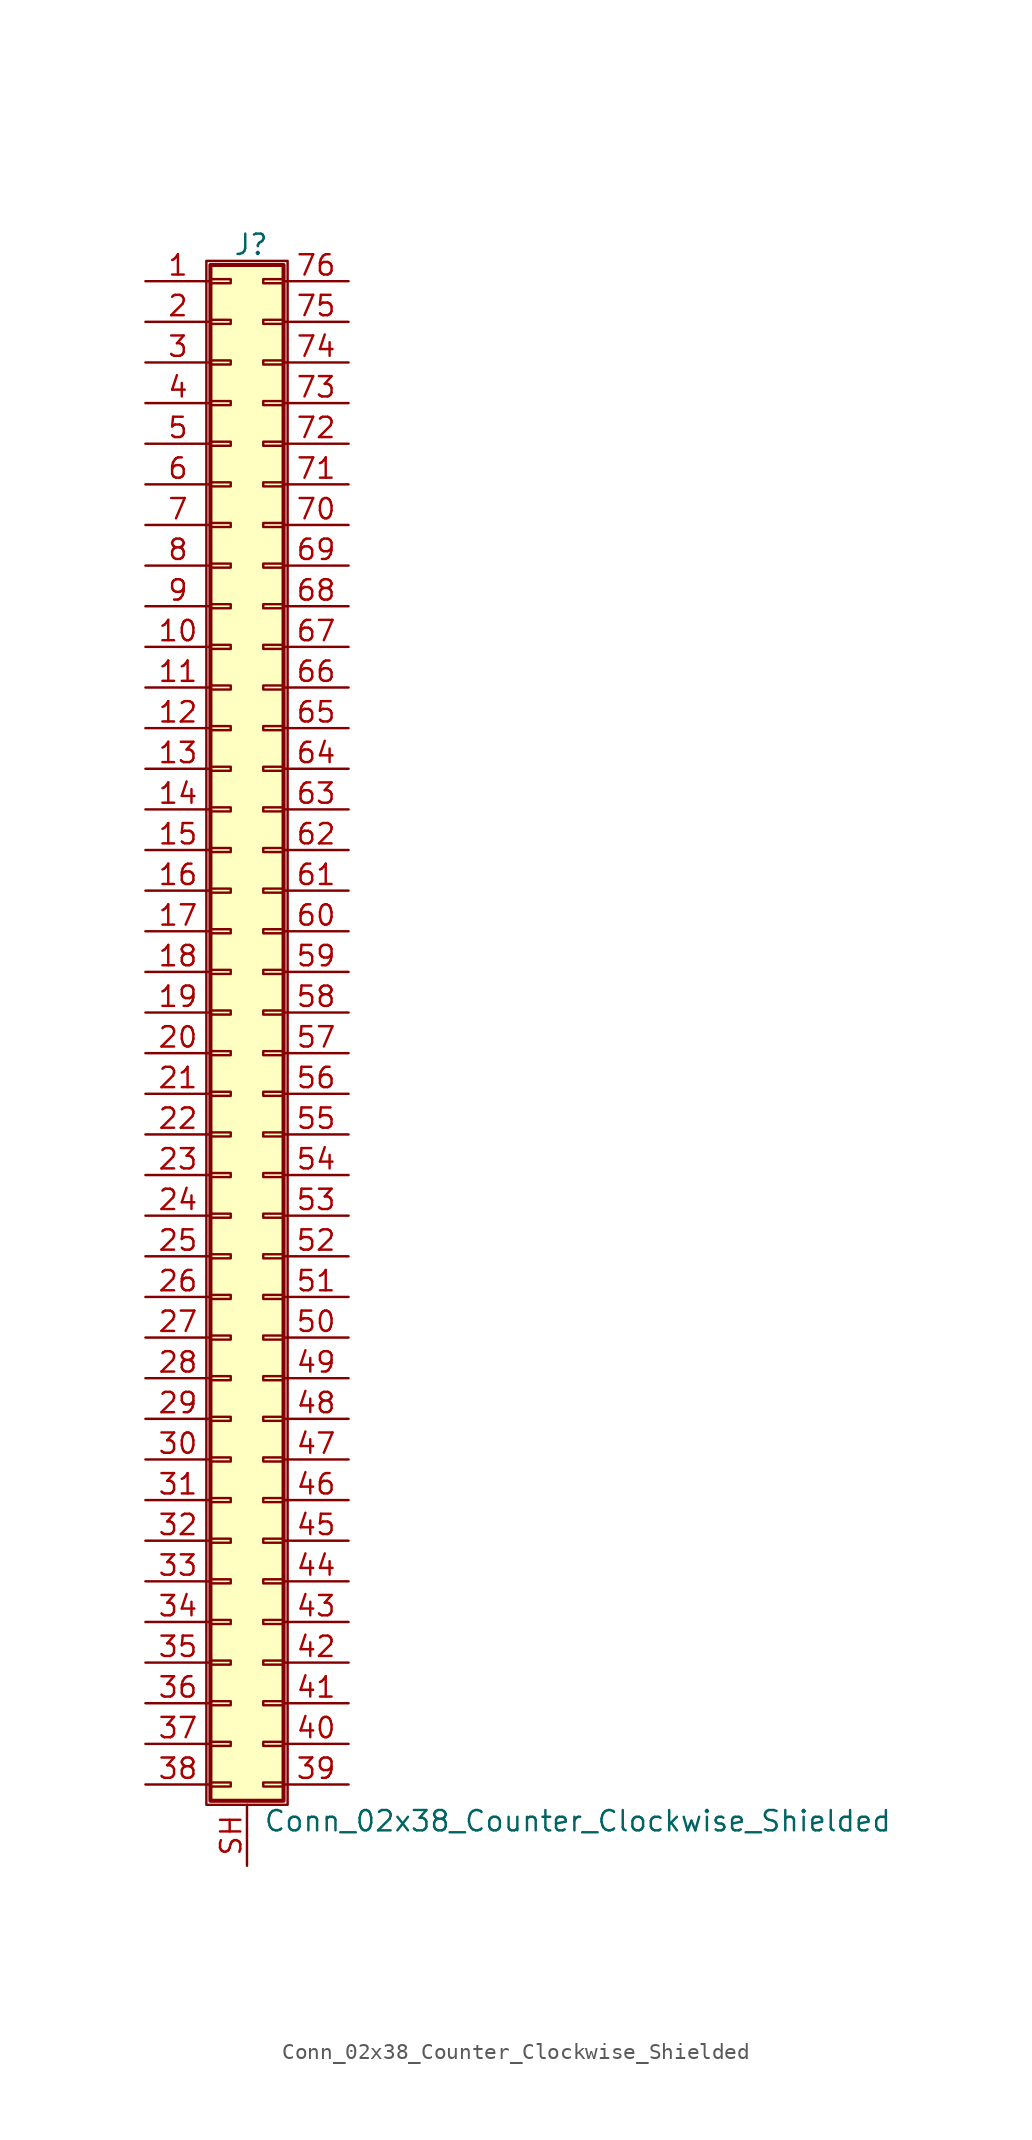
<source format=kicad_sym>
(kicad_symbol_lib
  (version 20211014)
  (generator kicad_symbol_editor)
  (symbol "Conn_02x38_Counter_Clockwise_Shielded"
    (pin_names
      (offset 1.016) hide)
    (property "Reference" "J"
      (at 1.524 48.006 0)
      (effects (font (size 1.27 1.27))))
    (property "Value" "Conn_02x38_Counter_Clockwise_Shielded"
      (at 2.286 -50.546 0)
      (effects (font (size 1.27 1.27)) (justify left)))
    (symbol "Conn_02x38_Counter_Clockwise_Shielded_1_1"
      (rectangle (start -1.27 46.99) (end 3.81 -49.53) (stroke (width 0.152) (type default) (color 0 0 0 0)) (fill (type none)))
      (rectangle (start -1.016 -48.133) (end 0.254 -48.387) (stroke (width 0.152) (type default) (color 0 0 0 0)) (fill (type none)))
      (rectangle (start -1.016 -45.593) (end 0.254 -45.847) (stroke (width 0.152) (type default) (color 0 0 0 0)) (fill (type none)))
      (rectangle (start -1.016 -43.053) (end 0.254 -43.307) (stroke (width 0.152) (type default) (color 0 0 0 0)) (fill (type none)))
      (rectangle (start -1.016 -40.513) (end 0.254 -40.767) (stroke (width 0.152) (type default) (color 0 0 0 0)) (fill (type none)))
      (rectangle (start -1.016 -37.973) (end 0.254 -38.227) (stroke (width 0.152) (type default) (color 0 0 0 0)) (fill (type none)))
      (rectangle (start -1.016 -35.433) (end 0.254 -35.687) (stroke (width 0.152) (type default) (color 0 0 0 0)) (fill (type none)))
      (rectangle (start -1.016 -32.893) (end 0.254 -33.147) (stroke (width 0.152) (type default) (color 0 0 0 0)) (fill (type none)))
      (rectangle (start -1.016 -30.353) (end 0.254 -30.607) (stroke (width 0.152) (type default) (color 0 0 0 0)) (fill (type none)))
      (rectangle (start -1.016 -27.813) (end 0.254 -28.067) (stroke (width 0.152) (type default) (color 0 0 0 0)) (fill (type none)))
      (rectangle (start -1.016 -25.273) (end 0.254 -25.527) (stroke (width 0.152) (type default) (color 0 0 0 0)) (fill (type none)))
      (rectangle (start -1.016 -22.733) (end 0.254 -22.987) (stroke (width 0.152) (type default) (color 0 0 0 0)) (fill (type none)))
      (rectangle (start -1.016 -20.193) (end 0.254 -20.447) (stroke (width 0.152) (type default) (color 0 0 0 0)) (fill (type none)))
      (rectangle (start -1.016 -17.653) (end 0.254 -17.907) (stroke (width 0.152) (type default) (color 0 0 0 0)) (fill (type none)))
      (rectangle (start -1.016 -15.113) (end 0.254 -15.367) (stroke (width 0.152) (type default) (color 0 0 0 0)) (fill (type none)))
      (rectangle (start -1.016 -12.573) (end 0.254 -12.827) (stroke (width 0.152) (type default) (color 0 0 0 0)) (fill (type none)))
      (rectangle (start -1.016 -10.033) (end 0.254 -10.287) (stroke (width 0.152) (type default) (color 0 0 0 0)) (fill (type none)))
      (rectangle (start -1.016 -7.493) (end 0.254 -7.747) (stroke (width 0.152) (type default) (color 0 0 0 0)) (fill (type none)))
      (rectangle (start -1.016 -4.953) (end 0.254 -5.207) (stroke (width 0.152) (type default) (color 0 0 0 0)) (fill (type none)))
      (rectangle (start -1.016 -2.413) (end 0.254 -2.667) (stroke (width 0.152) (type default) (color 0 0 0 0)) (fill (type none)))
      (rectangle (start -1.016 0.127) (end 0.254 -0.127) (stroke (width 0.152) (type default) (color 0 0 0 0)) (fill (type none)))
      (rectangle (start -1.016 2.667) (end 0.254 2.413) (stroke (width 0.152) (type default) (color 0 0 0 0)) (fill (type none)))
      (rectangle (start -1.016 5.207) (end 0.254 4.953) (stroke (width 0.152) (type default) (color 0 0 0 0)) (fill (type none)))
      (rectangle (start -1.016 7.747) (end 0.254 7.493) (stroke (width 0.152) (type default) (color 0 0 0 0)) (fill (type none)))
      (rectangle (start -1.016 10.287) (end 0.254 10.033) (stroke (width 0.152) (type default) (color 0 0 0 0)) (fill (type none)))
      (rectangle (start -1.016 12.827) (end 0.254 12.573) (stroke (width 0.152) (type default) (color 0 0 0 0)) (fill (type none)))
      (rectangle (start -1.016 15.367) (end 0.254 15.113) (stroke (width 0.152) (type default) (color 0 0 0 0)) (fill (type none)))
      (rectangle (start -1.016 17.907) (end 0.254 17.653) (stroke (width 0.152) (type default) (color 0 0 0 0)) (fill (type none)))
      (rectangle (start -1.016 20.447) (end 0.254 20.193) (stroke (width 0.152) (type default) (color 0 0 0 0)) (fill (type none)))
      (rectangle (start -1.016 22.987) (end 0.254 22.733) (stroke (width 0.152) (type default) (color 0 0 0 0)) (fill (type none)))
      (rectangle (start -1.016 25.527) (end 0.254 25.273) (stroke (width 0.152) (type default) (color 0 0 0 0)) (fill (type none)))
      (rectangle (start -1.016 28.067) (end 0.254 27.813) (stroke (width 0.152) (type default) (color 0 0 0 0)) (fill (type none)))
      (rectangle (start -1.016 30.607) (end 0.254 30.353) (stroke (width 0.152) (type default) (color 0 0 0 0)) (fill (type none)))
      (rectangle (start -1.016 33.147) (end 0.254 32.893) (stroke (width 0.152) (type default) (color 0 0 0 0)) (fill (type none)))
      (rectangle (start -1.016 35.687) (end 0.254 35.433) (stroke (width 0.152) (type default) (color 0 0 0 0)) (fill (type none)))
      (rectangle (start -1.016 38.227) (end 0.254 37.973) (stroke (width 0.152) (type default) (color 0 0 0 0)) (fill (type none)))
      (rectangle (start -1.016 40.767) (end 0.254 40.513) (stroke (width 0.152) (type default) (color 0 0 0 0)) (fill (type none)))
      (rectangle (start -1.016 43.307) (end 0.254 43.053) (stroke (width 0.152) (type default) (color 0 0 0 0)) (fill (type none)))
      (rectangle (start -1.016 45.847) (end 0.254 45.593) (stroke (width 0.152) (type default) (color 0 0 0 0)) (fill (type none)))
      (rectangle (start -1.016 46.736) (end 3.556 -49.276) (stroke (width 0.254) (type default) (color 0 0 0 0)) (fill (type background)))
      (rectangle (start 3.556 -48.133) (end 2.286 -48.387) (stroke (width 0.152) (type default) (color 0 0 0 0)) (fill (type none)))
      (rectangle (start 3.556 -45.593) (end 2.286 -45.847) (stroke (width 0.152) (type default) (color 0 0 0 0)) (fill (type none)))
      (rectangle (start 3.556 -43.053) (end 2.286 -43.307) (stroke (width 0.152) (type default) (color 0 0 0 0)) (fill (type none)))
      (rectangle (start 3.556 -40.513) (end 2.286 -40.767) (stroke (width 0.152) (type default) (color 0 0 0 0)) (fill (type none)))
      (rectangle (start 3.556 -37.973) (end 2.286 -38.227) (stroke (width 0.152) (type default) (color 0 0 0 0)) (fill (type none)))
      (rectangle (start 3.556 -35.433) (end 2.286 -35.687) (stroke (width 0.152) (type default) (color 0 0 0 0)) (fill (type none)))
      (rectangle (start 3.556 -32.893) (end 2.286 -33.147) (stroke (width 0.152) (type default) (color 0 0 0 0)) (fill (type none)))
      (rectangle (start 3.556 -30.353) (end 2.286 -30.607) (stroke (width 0.152) (type default) (color 0 0 0 0)) (fill (type none)))
      (rectangle (start 3.556 -27.813) (end 2.286 -28.067) (stroke (width 0.152) (type default) (color 0 0 0 0)) (fill (type none)))
      (rectangle (start 3.556 -25.273) (end 2.286 -25.527) (stroke (width 0.152) (type default) (color 0 0 0 0)) (fill (type none)))
      (rectangle (start 3.556 -22.733) (end 2.286 -22.987) (stroke (width 0.152) (type default) (color 0 0 0 0)) (fill (type none)))
      (rectangle (start 3.556 -20.193) (end 2.286 -20.447) (stroke (width 0.152) (type default) (color 0 0 0 0)) (fill (type none)))
      (rectangle (start 3.556 -17.653) (end 2.286 -17.907) (stroke (width 0.152) (type default) (color 0 0 0 0)) (fill (type none)))
      (rectangle (start 3.556 -15.113) (end 2.286 -15.367) (stroke (width 0.152) (type default) (color 0 0 0 0)) (fill (type none)))
      (rectangle (start 3.556 -12.573) (end 2.286 -12.827) (stroke (width 0.152) (type default) (color 0 0 0 0)) (fill (type none)))
      (rectangle (start 3.556 -10.033) (end 2.286 -10.287) (stroke (width 0.152) (type default) (color 0 0 0 0)) (fill (type none)))
      (rectangle (start 3.556 -7.493) (end 2.286 -7.747) (stroke (width 0.152) (type default) (color 0 0 0 0)) (fill (type none)))
      (rectangle (start 3.556 -4.953) (end 2.286 -5.207) (stroke (width 0.152) (type default) (color 0 0 0 0)) (fill (type none)))
      (rectangle (start 3.556 -2.413) (end 2.286 -2.667) (stroke (width 0.152) (type default) (color 0 0 0 0)) (fill (type none)))
      (rectangle (start 3.556 0.127) (end 2.286 -0.127) (stroke (width 0.152) (type default) (color 0 0 0 0)) (fill (type none)))
      (rectangle (start 3.556 2.667) (end 2.286 2.413) (stroke (width 0.152) (type default) (color 0 0 0 0)) (fill (type none)))
      (rectangle (start 3.556 5.207) (end 2.286 4.953) (stroke (width 0.152) (type default) (color 0 0 0 0)) (fill (type none)))
      (rectangle (start 3.556 7.747) (end 2.286 7.493) (stroke (width 0.152) (type default) (color 0 0 0 0)) (fill (type none)))
      (rectangle (start 3.556 10.287) (end 2.286 10.033) (stroke (width 0.152) (type default) (color 0 0 0 0)) (fill (type none)))
      (rectangle (start 3.556 12.827) (end 2.286 12.573) (stroke (width 0.152) (type default) (color 0 0 0 0)) (fill (type none)))
      (rectangle (start 3.556 15.367) (end 2.286 15.113) (stroke (width 0.152) (type default) (color 0 0 0 0)) (fill (type none)))
      (rectangle (start 3.556 17.907) (end 2.286 17.653) (stroke (width 0.152) (type default) (color 0 0 0 0)) (fill (type none)))
      (rectangle (start 3.556 20.447) (end 2.286 20.193) (stroke (width 0.152) (type default) (color 0 0 0 0)) (fill (type none)))
      (rectangle (start 3.556 22.987) (end 2.286 22.733) (stroke (width 0.152) (type default) (color 0 0 0 0)) (fill (type none)))
      (rectangle (start 3.556 25.527) (end 2.286 25.273) (stroke (width 0.152) (type default) (color 0 0 0 0)) (fill (type none)))
      (rectangle (start 3.556 28.067) (end 2.286 27.813) (stroke (width 0.152) (type default) (color 0 0 0 0)) (fill (type none)))
      (rectangle (start 3.556 30.607) (end 2.286 30.353) (stroke (width 0.152) (type default) (color 0 0 0 0)) (fill (type none)))
      (rectangle (start 3.556 33.147) (end 2.286 32.893) (stroke (width 0.152) (type default) (color 0 0 0 0)) (fill (type none)))
      (rectangle (start 3.556 35.687) (end 2.286 35.433) (stroke (width 0.152) (type default) (color 0 0 0 0)) (fill (type none)))
      (rectangle (start 3.556 38.227) (end 2.286 37.973) (stroke (width 0.152) (type default) (color 0 0 0 0)) (fill (type none)))
      (rectangle (start 3.556 40.767) (end 2.286 40.513) (stroke (width 0.152) (type default) (color 0 0 0 0)) (fill (type none)))
      (rectangle (start 3.556 43.307) (end 2.286 43.053) (stroke (width 0.152) (type default) (color 0 0 0 0)) (fill (type none)))
      (rectangle (start 3.556 45.847) (end 2.286 45.593) (stroke (width 0.152) (type default) (color 0 0 0 0)) (fill (type none)))
      (pin passive line (at -5.08 45.72 0) (length 4.064) (name "Pin_1" (effects (font (size 1.27 1.27)))) (number "1" (effects (font (size 1.27 1.27)))))
      (pin passive line (at -5.08 22.86 0) (length 4.064) (name "Pin_10" (effects (font (size 1.27 1.27)))) (number "10" (effects (font (size 1.27 1.27)))))
      (pin passive line (at -5.08 20.32 0) (length 4.064) (name "Pin_11" (effects (font (size 1.27 1.27)))) (number "11" (effects (font (size 1.27 1.27)))))
      (pin passive line (at -5.08 17.78 0) (length 4.064) (name "Pin_12" (effects (font (size 1.27 1.27)))) (number "12" (effects (font (size 1.27 1.27)))))
      (pin passive line (at -5.08 15.24 0) (length 4.064) (name "Pin_13" (effects (font (size 1.27 1.27)))) (number "13" (effects (font (size 1.27 1.27)))))
      (pin passive line (at -5.08 12.7 0) (length 4.064) (name "Pin_14" (effects (font (size 1.27 1.27)))) (number "14" (effects (font (size 1.27 1.27)))))
      (pin passive line (at -5.08 10.16 0) (length 4.064) (name "Pin_15" (effects (font (size 1.27 1.27)))) (number "15" (effects (font (size 1.27 1.27)))))
      (pin passive line (at -5.08 7.62 0) (length 4.064) (name "Pin_16" (effects (font (size 1.27 1.27)))) (number "16" (effects (font (size 1.27 1.27)))))
      (pin passive line (at -5.08 5.08 0) (length 4.064) (name "Pin_17" (effects (font (size 1.27 1.27)))) (number "17" (effects (font (size 1.27 1.27)))))
      (pin passive line (at -5.08 2.54 0) (length 4.064) (name "Pin_18" (effects (font (size 1.27 1.27)))) (number "18" (effects (font (size 1.27 1.27)))))
      (pin passive line (at -5.08 0 0) (length 4.064) (name "Pin_19" (effects (font (size 1.27 1.27)))) (number "19" (effects (font (size 1.27 1.27)))))
      (pin passive line (at -5.08 43.18 0) (length 4.064) (name "Pin_2" (effects (font (size 1.27 1.27)))) (number "2" (effects (font (size 1.27 1.27)))))
      (pin passive line (at -5.08 -2.54 0) (length 4.064) (name "Pin_20" (effects (font (size 1.27 1.27)))) (number "20" (effects (font (size 1.27 1.27)))))
      (pin passive line (at -5.08 -5.08 0) (length 4.064) (name "Pin_21" (effects (font (size 1.27 1.27)))) (number "21" (effects (font (size 1.27 1.27)))))
      (pin passive line (at -5.08 -7.62 0) (length 4.064) (name "Pin_22" (effects (font (size 1.27 1.27)))) (number "22" (effects (font (size 1.27 1.27)))))
      (pin passive line (at -5.08 -10.16 0) (length 4.064) (name "Pin_23" (effects (font (size 1.27 1.27)))) (number "23" (effects (font (size 1.27 1.27)))))
      (pin passive line (at -5.08 -12.7 0) (length 4.064) (name "Pin_24" (effects (font (size 1.27 1.27)))) (number "24" (effects (font (size 1.27 1.27)))))
      (pin passive line (at -5.08 -15.24 0) (length 4.064) (name "Pin_25" (effects (font (size 1.27 1.27)))) (number "25" (effects (font (size 1.27 1.27)))))
      (pin passive line (at -5.08 -17.78 0) (length 4.064) (name "Pin_26" (effects (font (size 1.27 1.27)))) (number "26" (effects (font (size 1.27 1.27)))))
      (pin passive line (at -5.08 -20.32 0) (length 4.064) (name "Pin_27" (effects (font (size 1.27 1.27)))) (number "27" (effects (font (size 1.27 1.27)))))
      (pin passive line (at -5.08 -22.86 0) (length 4.064) (name "Pin_28" (effects (font (size 1.27 1.27)))) (number "28" (effects (font (size 1.27 1.27)))))
      (pin passive line (at -5.08 -25.4 0) (length 4.064) (name "Pin_29" (effects (font (size 1.27 1.27)))) (number "29" (effects (font (size 1.27 1.27)))))
      (pin passive line (at -5.08 40.64 0) (length 4.064) (name "Pin_3" (effects (font (size 1.27 1.27)))) (number "3" (effects (font (size 1.27 1.27)))))
      (pin passive line (at -5.08 -27.94 0) (length 4.064) (name "Pin_30" (effects (font (size 1.27 1.27)))) (number "30" (effects (font (size 1.27 1.27)))))
      (pin passive line (at -5.08 -30.48 0) (length 4.064) (name "Pin_31" (effects (font (size 1.27 1.27)))) (number "31" (effects (font (size 1.27 1.27)))))
      (pin passive line (at -5.08 -33.02 0) (length 4.064) (name "Pin_32" (effects (font (size 1.27 1.27)))) (number "32" (effects (font (size 1.27 1.27)))))
      (pin passive line (at -5.08 -35.56 0) (length 4.064) (name "Pin_33" (effects (font (size 1.27 1.27)))) (number "33" (effects (font (size 1.27 1.27)))))
      (pin passive line (at -5.08 -38.1 0) (length 4.064) (name "Pin_34" (effects (font (size 1.27 1.27)))) (number "34" (effects (font (size 1.27 1.27)))))
      (pin passive line (at -5.08 -40.64 0) (length 4.064) (name "Pin_35" (effects (font (size 1.27 1.27)))) (number "35" (effects (font (size 1.27 1.27)))))
      (pin passive line (at -5.08 -43.18 0) (length 4.064) (name "Pin_36" (effects (font (size 1.27 1.27)))) (number "36" (effects (font (size 1.27 1.27)))))
      (pin passive line (at -5.08 -45.72 0) (length 4.064) (name "Pin_37" (effects (font (size 1.27 1.27)))) (number "37" (effects (font (size 1.27 1.27)))))
      (pin passive line (at -5.08 -48.26 0) (length 4.064) (name "Pin_38" (effects (font (size 1.27 1.27)))) (number "38" (effects (font (size 1.27 1.27)))))
      (pin passive line (at 7.62 -48.26 180) (length 4.064) (name "Pin_39" (effects (font (size 1.27 1.27)))) (number "39" (effects (font (size 1.27 1.27)))))
      (pin passive line (at -5.08 38.1 0) (length 4.064) (name "Pin_4" (effects (font (size 1.27 1.27)))) (number "4" (effects (font (size 1.27 1.27)))))
      (pin passive line (at 7.62 -45.72 180) (length 4.064) (name "Pin_40" (effects (font (size 1.27 1.27)))) (number "40" (effects (font (size 1.27 1.27)))))
      (pin passive line (at 7.62 -43.18 180) (length 4.064) (name "Pin_41" (effects (font (size 1.27 1.27)))) (number "41" (effects (font (size 1.27 1.27)))))
      (pin passive line (at 7.62 -40.64 180) (length 4.064) (name "Pin_42" (effects (font (size 1.27 1.27)))) (number "42" (effects (font (size 1.27 1.27)))))
      (pin passive line (at 7.62 -38.1 180) (length 4.064) (name "Pin_43" (effects (font (size 1.27 1.27)))) (number "43" (effects (font (size 1.27 1.27)))))
      (pin passive line (at 7.62 -35.56 180) (length 4.064) (name "Pin_44" (effects (font (size 1.27 1.27)))) (number "44" (effects (font (size 1.27 1.27)))))
      (pin passive line (at 7.62 -33.02 180) (length 4.064) (name "Pin_45" (effects (font (size 1.27 1.27)))) (number "45" (effects (font (size 1.27 1.27)))))
      (pin passive line (at 7.62 -30.48 180) (length 4.064) (name "Pin_46" (effects (font (size 1.27 1.27)))) (number "46" (effects (font (size 1.27 1.27)))))
      (pin passive line (at 7.62 -27.94 180) (length 4.064) (name "Pin_47" (effects (font (size 1.27 1.27)))) (number "47" (effects (font (size 1.27 1.27)))))
      (pin passive line (at 7.62 -25.4 180) (length 4.064) (name "Pin_48" (effects (font (size 1.27 1.27)))) (number "48" (effects (font (size 1.27 1.27)))))
      (pin passive line (at 7.62 -22.86 180) (length 4.064) (name "Pin_49" (effects (font (size 1.27 1.27)))) (number "49" (effects (font (size 1.27 1.27)))))
      (pin passive line (at -5.08 35.56 0) (length 4.064) (name "Pin_5" (effects (font (size 1.27 1.27)))) (number "5" (effects (font (size 1.27 1.27)))))
      (pin passive line (at 7.62 -20.32 180) (length 4.064) (name "Pin_50" (effects (font (size 1.27 1.27)))) (number "50" (effects (font (size 1.27 1.27)))))
      (pin passive line (at 7.62 -17.78 180) (length 4.064) (name "Pin_51" (effects (font (size 1.27 1.27)))) (number "51" (effects (font (size 1.27 1.27)))))
      (pin passive line (at 7.62 -15.24 180) (length 4.064) (name "Pin_52" (effects (font (size 1.27 1.27)))) (number "52" (effects (font (size 1.27 1.27)))))
      (pin passive line (at 7.62 -12.7 180) (length 4.064) (name "Pin_53" (effects (font (size 1.27 1.27)))) (number "53" (effects (font (size 1.27 1.27)))))
      (pin passive line (at 7.62 -10.16 180) (length 4.064) (name "Pin_54" (effects (font (size 1.27 1.27)))) (number "54" (effects (font (size 1.27 1.27)))))
      (pin passive line (at 7.62 -7.62 180) (length 4.064) (name "Pin_55" (effects (font (size 1.27 1.27)))) (number "55" (effects (font (size 1.27 1.27)))))
      (pin passive line (at 7.62 -5.08 180) (length 4.064) (name "Pin_56" (effects (font (size 1.27 1.27)))) (number "56" (effects (font (size 1.27 1.27)))))
      (pin passive line (at 7.62 -2.54 180) (length 4.064) (name "Pin_57" (effects (font (size 1.27 1.27)))) (number "57" (effects (font (size 1.27 1.27)))))
      (pin passive line (at 7.62 0 180) (length 4.064) (name "Pin_58" (effects (font (size 1.27 1.27)))) (number "58" (effects (font (size 1.27 1.27)))))
      (pin passive line (at 7.62 2.54 180) (length 4.064) (name "Pin_59" (effects (font (size 1.27 1.27)))) (number "59" (effects (font (size 1.27 1.27)))))
      (pin passive line (at -5.08 33.02 0) (length 4.064) (name "Pin_6" (effects (font (size 1.27 1.27)))) (number "6" (effects (font (size 1.27 1.27)))))
      (pin passive line (at 7.62 5.08 180) (length 4.064) (name "Pin_60" (effects (font (size 1.27 1.27)))) (number "60" (effects (font (size 1.27 1.27)))))
      (pin passive line (at 7.62 7.62 180) (length 4.064) (name "Pin_61" (effects (font (size 1.27 1.27)))) (number "61" (effects (font (size 1.27 1.27)))))
      (pin passive line (at 7.62 10.16 180) (length 4.064) (name "Pin_62" (effects (font (size 1.27 1.27)))) (number "62" (effects (font (size 1.27 1.27)))))
      (pin passive line (at 7.62 12.7 180) (length 4.064) (name "Pin_63" (effects (font (size 1.27 1.27)))) (number "63" (effects (font (size 1.27 1.27)))))
      (pin passive line (at 7.62 15.24 180) (length 4.064) (name "Pin_64" (effects (font (size 1.27 1.27)))) (number "64" (effects (font (size 1.27 1.27)))))
      (pin passive line (at 7.62 17.78 180) (length 4.064) (name "Pin_65" (effects (font (size 1.27 1.27)))) (number "65" (effects (font (size 1.27 1.27)))))
      (pin passive line (at 7.62 20.32 180) (length 4.064) (name "Pin_66" (effects (font (size 1.27 1.27)))) (number "66" (effects (font (size 1.27 1.27)))))
      (pin passive line (at 7.62 22.86 180) (length 4.064) (name "Pin_67" (effects (font (size 1.27 1.27)))) (number "67" (effects (font (size 1.27 1.27)))))
      (pin passive line (at 7.62 25.4 180) (length 4.064) (name "Pin_68" (effects (font (size 1.27 1.27)))) (number "68" (effects (font (size 1.27 1.27)))))
      (pin passive line (at 7.62 27.94 180) (length 4.064) (name "Pin_69" (effects (font (size 1.27 1.27)))) (number "69" (effects (font (size 1.27 1.27)))))
      (pin passive line (at -5.08 30.48 0) (length 4.064) (name "Pin_7" (effects (font (size 1.27 1.27)))) (number "7" (effects (font (size 1.27 1.27)))))
      (pin passive line (at 7.62 30.48 180) (length 4.064) (name "Pin_70" (effects (font (size 1.27 1.27)))) (number "70" (effects (font (size 1.27 1.27)))))
      (pin passive line (at 7.62 33.02 180) (length 4.064) (name "Pin_71" (effects (font (size 1.27 1.27)))) (number "71" (effects (font (size 1.27 1.27)))))
      (pin passive line (at 7.62 35.56 180) (length 4.064) (name "Pin_72" (effects (font (size 1.27 1.27)))) (number "72" (effects (font (size 1.27 1.27)))))
      (pin passive line (at 7.62 38.1 180) (length 4.064) (name "Pin_73" (effects (font (size 1.27 1.27)))) (number "73" (effects (font (size 1.27 1.27)))))
      (pin passive line (at 7.62 40.64 180) (length 4.064) (name "Pin_74" (effects (font (size 1.27 1.27)))) (number "74" (effects (font (size 1.27 1.27)))))
      (pin passive line (at 7.62 43.18 180) (length 4.064) (name "Pin_75" (effects (font (size 1.27 1.27)))) (number "75" (effects (font (size 1.27 1.27)))))
      (pin passive line (at 7.62 45.72 180) (length 4.064) (name "Pin_76" (effects (font (size 1.27 1.27)))) (number "76" (effects (font (size 1.27 1.27)))))
      (pin passive line (at -5.08 27.94 0) (length 4.064) (name "Pin_8" (effects (font (size 1.27 1.27)))) (number "8" (effects (font (size 1.27 1.27)))))
      (pin passive line (at -5.08 25.4 0) (length 4.064) (name "Pin_9" (effects (font (size 1.27 1.27)))) (number "9" (effects (font (size 1.27 1.27)))))
      (pin passive line (at 1.27 -53.34 90) (length 3.81) (name "Shield" (effects (font (size 1.27 1.27)))) (number "SH" (effects (font (size 1.27 1.27))))))))
</source>
